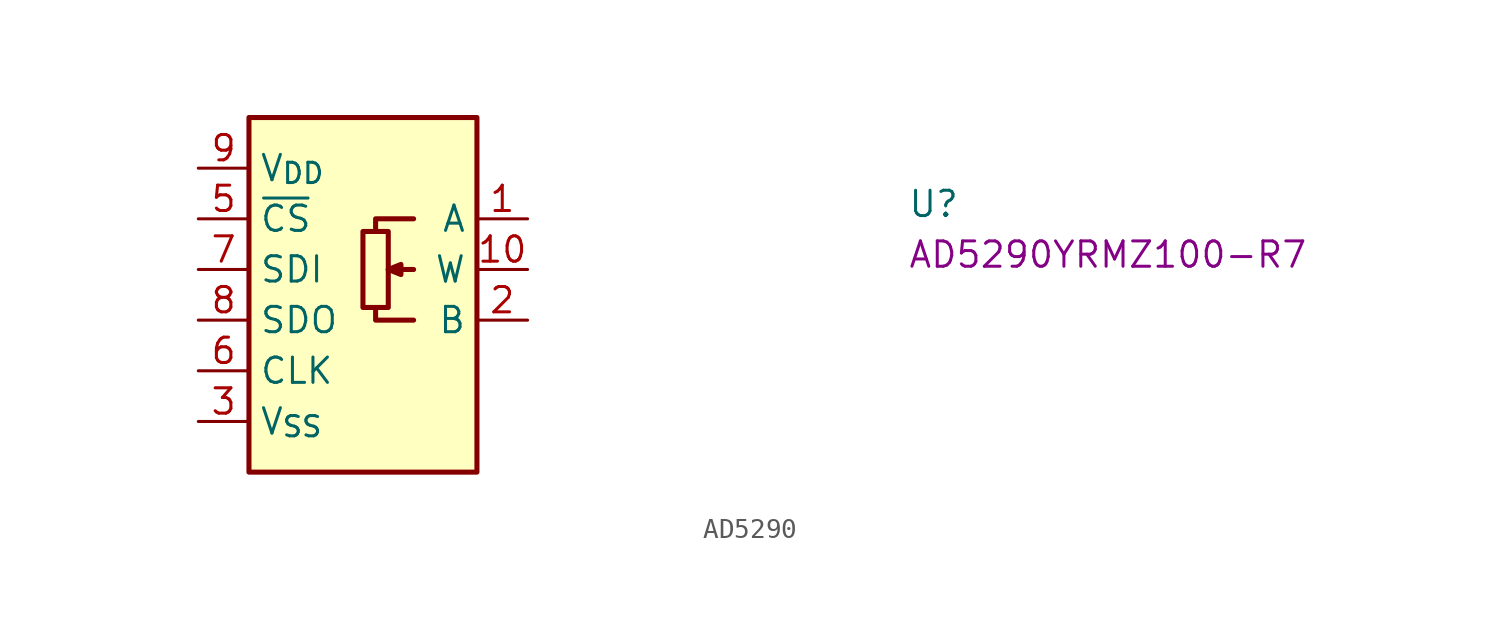
<source format=kicad_sym>
(kicad_symbol_lib
  (version 20220914)
  (generator kicad_symbol_editor)
  (symbol "AD5290"
    (property "Reference" "U"
      (at 35.56 -2.54 0)
      (effects (font (size 1.27 1.27) (thickness 0.15)) (justify left bottom)))
    (property "MPN" "AD5290YRMZ100-R7"
      (at 35.56 -5.08 0)
      (effects (font (size 1.27 1.27) (thickness 0.15)) (justify left bottom)))
    (symbol "AD5290_1_1"
      (polyline (pts (xy 10.795 -5.08) (xy 9.525 -5.08)) (stroke (width 0.254) (type default)) (fill (type background)))
      (polyline (pts (xy 8.89 -6.985) (xy 8.89 -7.62) (xy 10.795 -7.62)) (stroke (width 0.254) (type default)) (fill (type background)))
      (polyline (pts (xy 10.795 -2.54) (xy 8.89 -2.54) (xy 8.89 -3.175)) (stroke (width 0.254) (type default)) (fill (type background)))
      (polyline (pts (xy 9.525 -5.08) (xy 10.16 -4.826) (xy 10.16 -5.334) (xy 9.525 -5.08)) (stroke (width 0.254) (type default)) (fill (type background)))
      (rectangle (start 2.54 2.54) (end 13.97 -15.24) (stroke (width 0.254) (type default)) (fill (type background)))
      (rectangle (start 9.525 -3.175) (end 8.255 -6.985) (stroke (width 0.254) (type default)) (fill (type background)))
      (pin input line (at 16.51 -2.54 180) (length 2.54) (name "A" (effects (font (size 1.27 1.27)))) (number "1" (effects (font (size 1.27 1.27)))))
      (pin output line (at 16.51 -5.08 180) (length 2.54) (name "W" (effects (font (size 1.27 1.27)))) (number "10" (effects (font (size 1.27 1.27)))))
      (pin passive line (at 0 -12.7 0) (length 2.54) hide (name "GND" (effects (font (size 1.27 1.27)))) (number "13" (effects (font (size 1.27 1.27)))))
      (pin input line (at 16.51 -7.62 180) (length 2.54) (name "B" (effects (font (size 1.27 1.27)))) (number "2" (effects (font (size 1.27 1.27)))))
      (pin power_in line (at 0 -12.7 0) (length 2.54) (name "V_{SS}" (effects (font (size 1.27 1.27)))) (number "3" (effects (font (size 1.27 1.27)))))
      (pin input line (at 0 -2.54 0) (length 2.54) (name "~{CS}" (effects (font (size 1.27 1.27)))) (number "5" (effects (font (size 1.27 1.27)))))
      (pin input line (at 0 -10.16 0) (length 2.54) (name "CLK" (effects (font (size 1.27 1.27)))) (number "6" (effects (font (size 1.27 1.27)))))
      (pin input line (at 0 -5.08 0) (length 2.54) (name "SDI" (effects (font (size 1.27 1.27)))) (number "7" (effects (font (size 1.27 1.27)))))
      (pin output line (at 0 -7.62 0) (length 2.54) (name "SDO" (effects (font (size 1.27 1.27)))) (number "8" (effects (font (size 1.27 1.27)))))
      (pin power_in line (at 0 0 0) (length 2.54) (name "V_{DD}" (effects (font (size 1.27 1.27)))) (number "9" (effects (font (size 1.27 1.27))))))))
</source>
